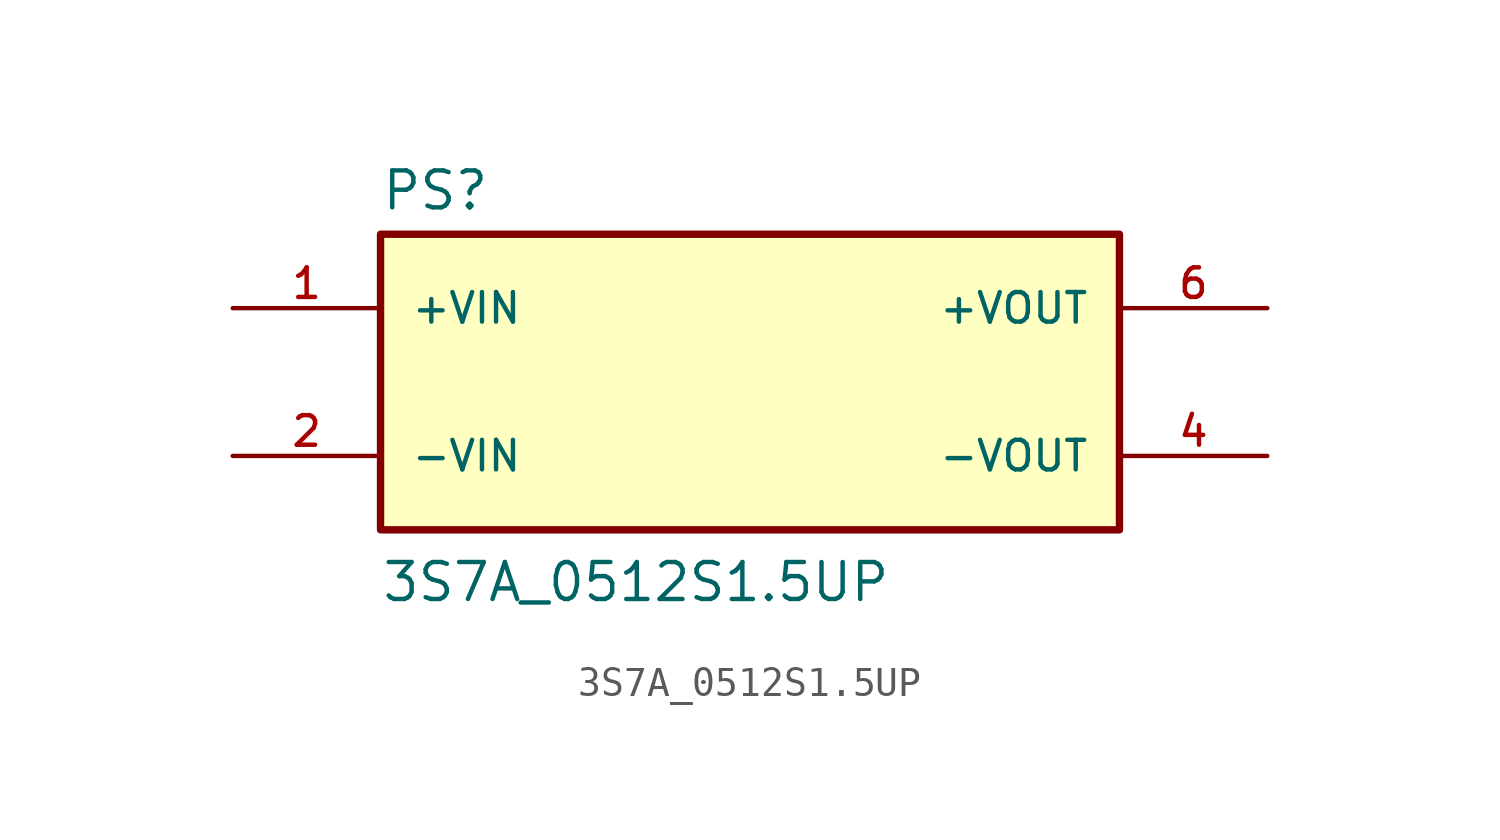
<source format=kicad_sym>
(kicad_symbol_lib
  (version 20211014)
  (generator kicad_symbol_editor)
  (symbol "3S7A_0512S1.5UP"
    (pin_names
      (offset 1.016))
    (property "Reference" "PS"
      (at -12.7 5.842 0)
      (effects (font (size 1.27 1.27)) (justify bottom left)))
    (property "Value" "3S7A_0512S1.5UP"
      (at -12.7 -7.62 0)
      (effects (font (size 1.27 1.27)) (justify bottom left)))
    (symbol "3S7A_0512S1.5UP_0_0"
      (rectangle (start -12.7 -5.08) (end 12.7 5.08) (stroke (width 0.254)) (fill (type background)))
      (pin input line (at -17.78 2.54 0) (length 5.08) (name "+VIN" (effects (font (size 1.016 1.016)))) (number "1" (effects (font (size 1.016 1.016)))))
      (pin input line (at -17.78 -2.54 0) (length 5.08) (name "-VIN" (effects (font (size 1.016 1.016)))) (number "2" (effects (font (size 1.016 1.016)))))
      (pin output line (at 17.78 -2.54 180.0) (length 5.08) (name "-VOUT" (effects (font (size 1.016 1.016)))) (number "4" (effects (font (size 1.016 1.016)))))
      (pin output line (at 17.78 2.54 180.0) (length 5.08) (name "+VOUT" (effects (font (size 1.016 1.016)))) (number "6" (effects (font (size 1.016 1.016))))))))
</source>
